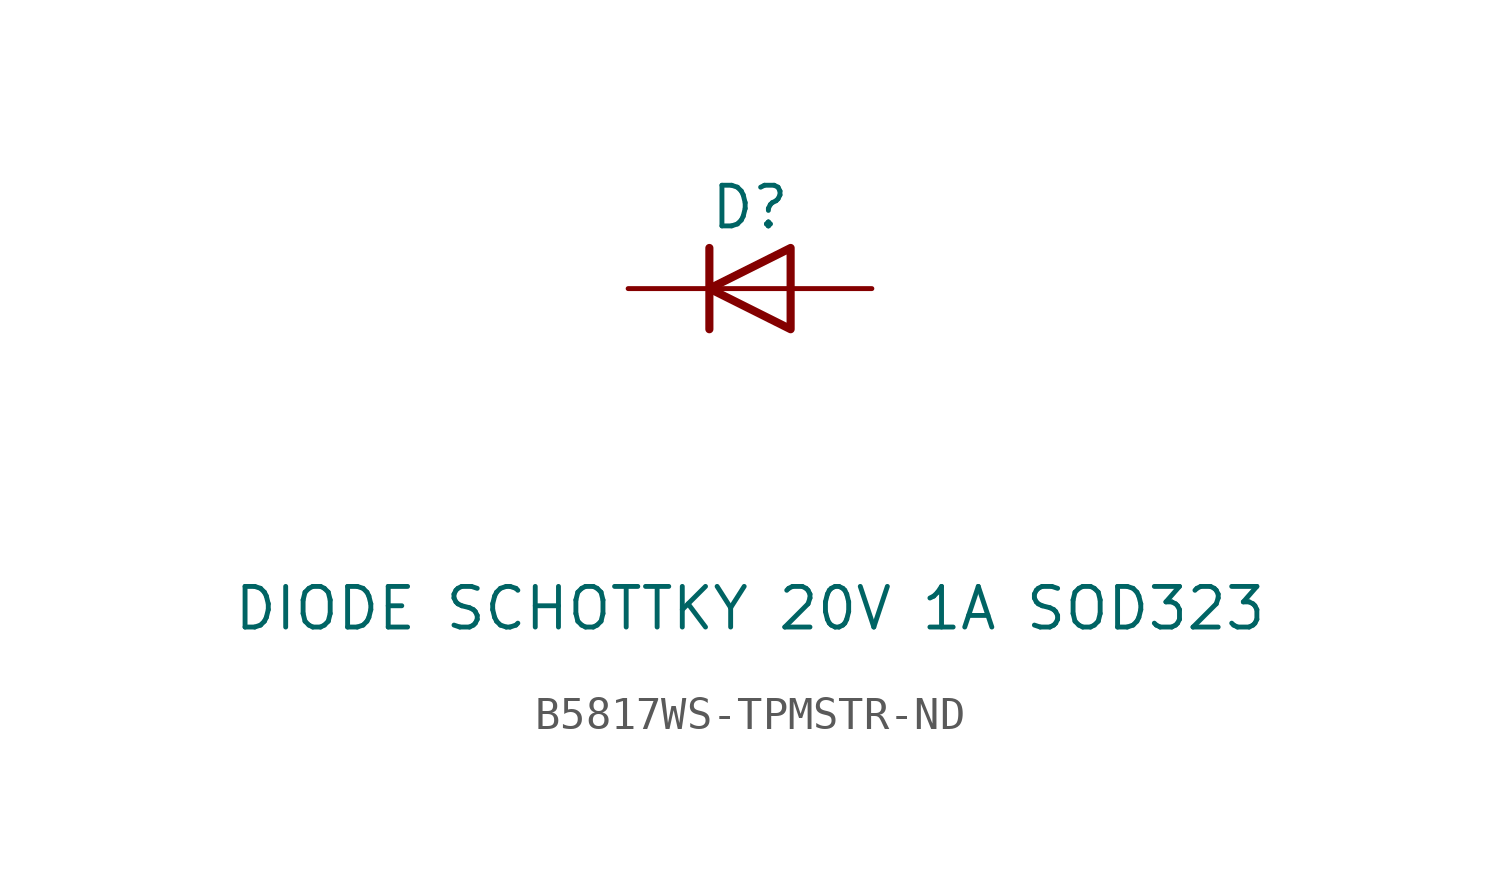
<source format=kicad_sym>
(kicad_symbol_lib
  (version 20241209)
  (generator "kicad_symbol_editor")
  (generator_version "9.0")
  (symbol "B5817WS-TPMSTR-ND"
    (pin_numbers
      (hide yes))
    (pin_names
      (hide yes))
    (property "Reference" "D"
      (at 0 2.54 0)
      (effects (font (size 1.27 1.27))))
    (property "Value" "DIODE SCHOTTKY 20V 1A SOD323"
      (at 0 -10 0)
      (effects (font (size 1.27 1.27))))
    (symbol "B5817WS-TPMSTR-ND_0_1"
      (polyline (pts (xy -1.27 1.27) (xy -1.27 -1.27)) (stroke (width 0.254) (type default)) (fill (type none)))
      (polyline (pts (xy 1.27 1.27) (xy 1.27 -1.27) (xy -1.27 0) (xy 1.27 1.27)) (stroke (width 0.254) (type default)) (fill (type none)))
      (polyline (pts (xy 1.27 0) (xy -1.27 0)) (stroke (width 0) (type default)) (fill (type none))))
    (symbol "B5817WS-TPMSTR-ND_1_1"
      (pin passive line (at -3.81 0 0) (length 2.54) (name "K" (effects (font (size 1.27 1.27)))) (number "1" (effects (font (size 1.27 1.27)))))
      (pin passive line (at 3.81 0 180) (length 2.54) (name "A" (effects (font (size 1.27 1.27)))) (number "2" (effects (font (size 1.27 1.27))))))))
</source>
